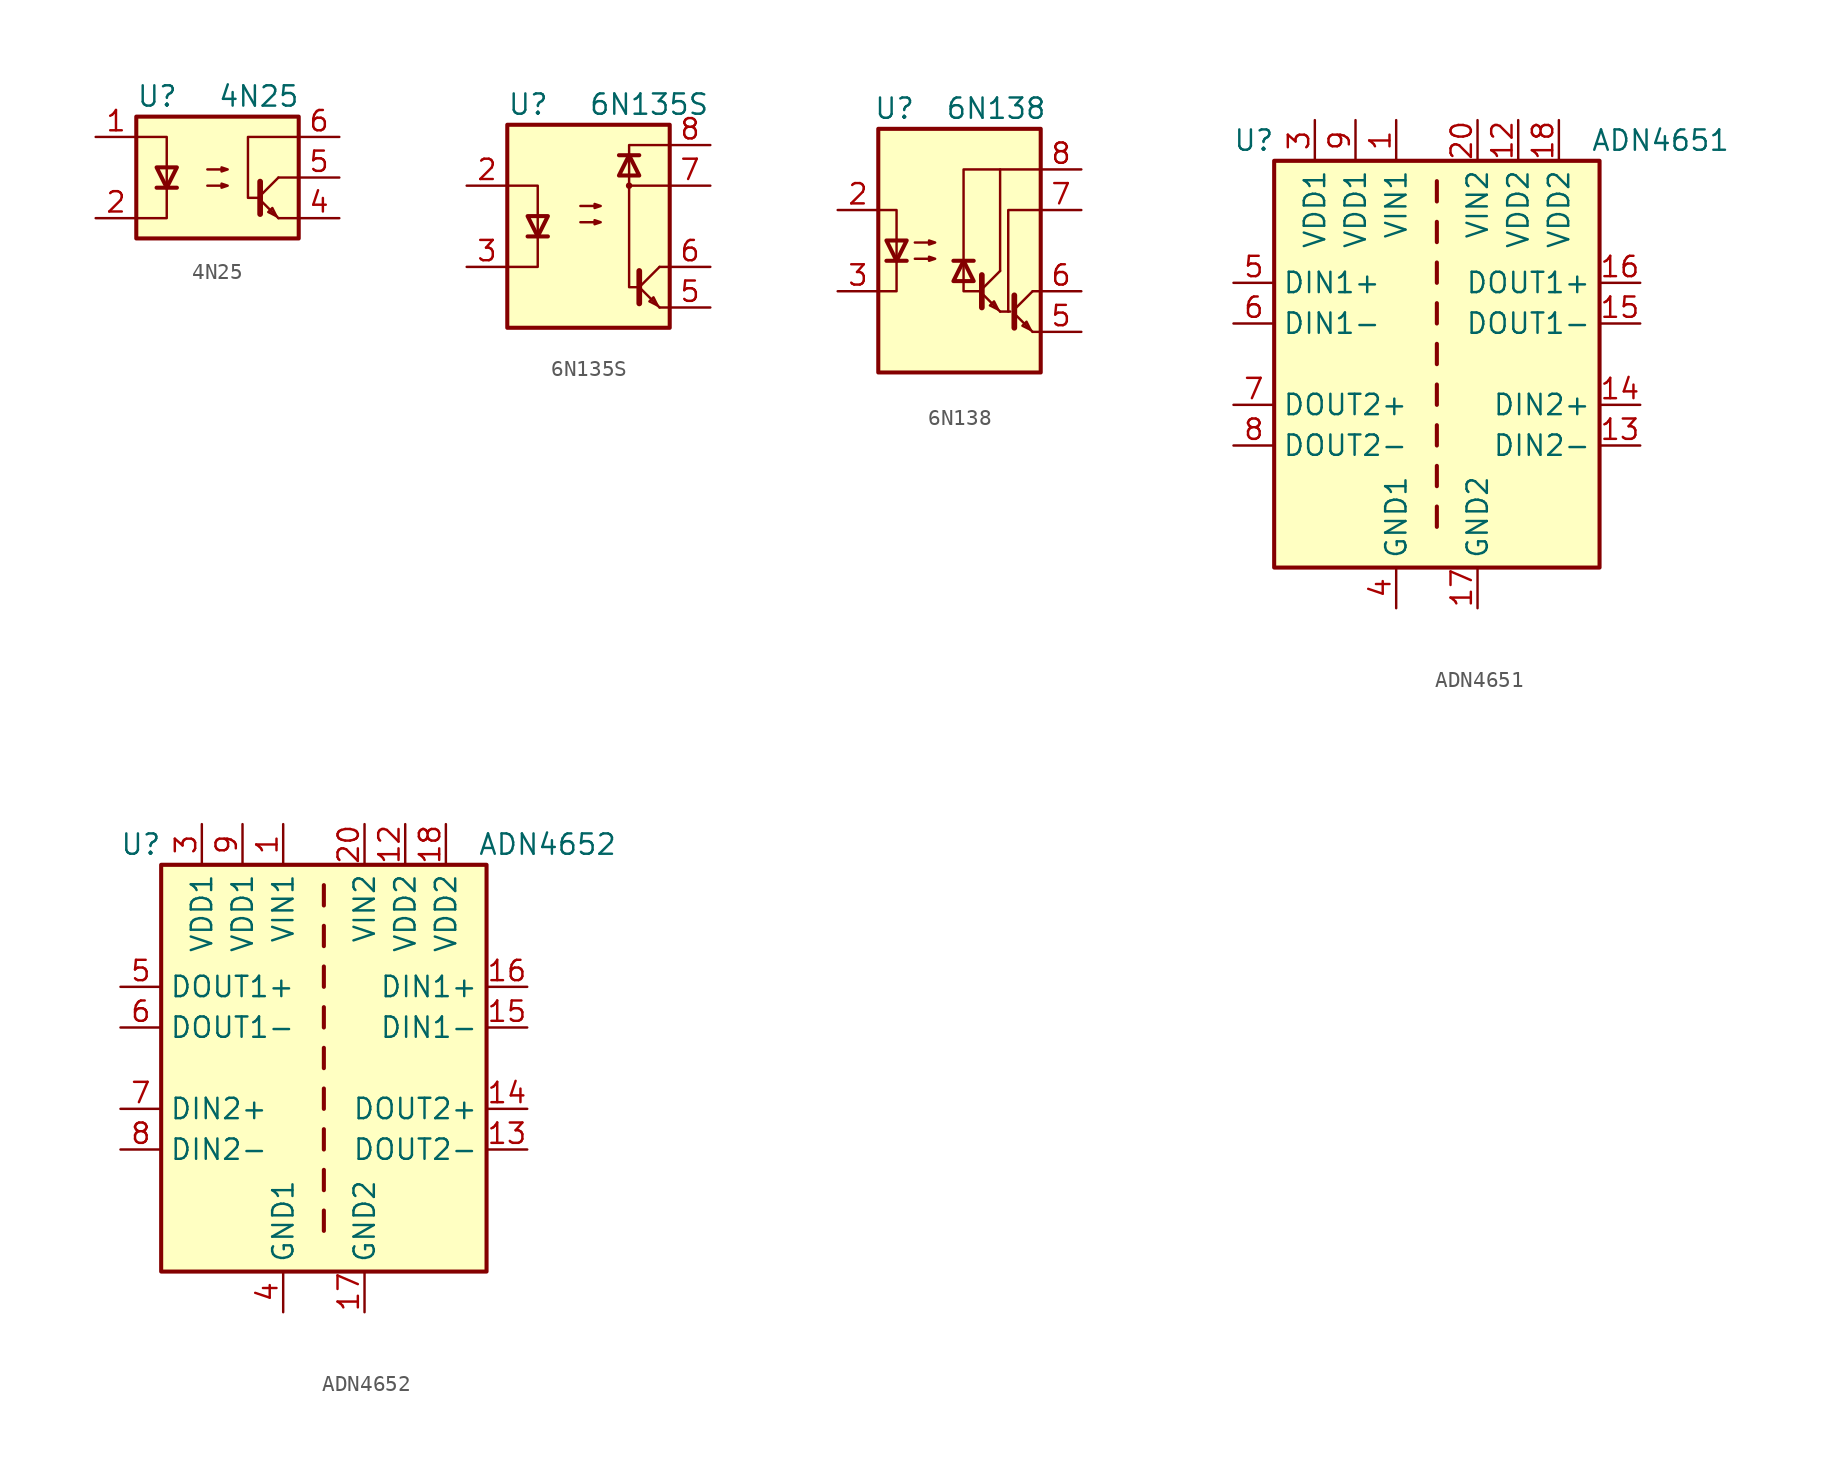
<source format=kicad_sym>
(kicad_symbol_lib
  (version 20200908)
  (generator kicad_symbol_editor)
  (symbol "Isolator:4N25"
    (pin_names
      (offset 1.016))
    (property "Reference" "U"
      (at -5.08 5.08 0)
      (effects (font (size 1.27 1.27)) (justify left)))
    (property "Value" "4N25"
      (at 0 5.08 0)
      (effects (font (size 1.27 1.27)) (justify left)))
    (symbol "4N25_0_1"
      (rectangle (start -5.08 3.81) (end 5.08 -3.81) (stroke (width 0.254)) (fill (type background)))
      (polyline (pts (xy -3.81 -0.635) (xy -2.54 -0.635)) (stroke (width 0.254)) (fill (type none)))
      (polyline (pts (xy 2.667 -1.397) (xy 3.81 -2.54)) (stroke (width 0)) (fill (type none)))
      (polyline (pts (xy 2.667 -1.143) (xy 3.81 0)) (stroke (width 0)) (fill (type none)))
      (polyline (pts (xy 3.81 -2.54) (xy 5.08 -2.54)) (stroke (width 0)) (fill (type none)))
      (polyline (pts (xy 3.81 0) (xy 5.08 0)) (stroke (width 0)) (fill (type none)))
      (polyline (pts (xy 2.667 -0.254) (xy 2.667 -2.286) (xy 2.667 -2.286)) (stroke (width 0.356)) (fill (type none)))
      (polyline (pts (xy -5.08 -2.54) (xy -3.175 -2.54) (xy -3.175 2.54) (xy -5.08 2.54)) (stroke (width 0)) (fill (type none)))
      (polyline (pts (xy -3.175 -0.635) (xy -3.81 0.635) (xy -2.54 0.635) (xy -3.175 -0.635)) (stroke (width 0.254)) (fill (type none)))
      (polyline (pts (xy 3.683 -2.413) (xy 3.429 -1.905) (xy 3.175 -2.159) (xy 3.683 -2.413)) (stroke (width 0)) (fill (type none)))
      (polyline (pts (xy 5.08 2.54) (xy 1.905 2.54) (xy 1.905 -1.27) (xy 2.54 -1.27)) (stroke (width 0)) (fill (type none)))
      (polyline (pts (xy -0.635 -0.508) (xy 0.635 -0.508) (xy 0.254 -0.635) (xy 0.254 -0.381) (xy 0.635 -0.508)) (stroke (width 0)) (fill (type none)))
      (polyline (pts (xy -0.635 0.508) (xy 0.635 0.508) (xy 0.254 0.381) (xy 0.254 0.635) (xy 0.635 0.508)) (stroke (width 0)) (fill (type none))))
    (symbol "4N25_1_1"
      (pin passive line (at -7.62 2.54 0) (length 2.54) (name "~" (effects (font (size 1.27 1.27)))) (number "1" (effects (font (size 1.27 1.27)))))
      (pin passive line (at -7.62 -2.54 0) (length 2.54) (name "~" (effects (font (size 1.27 1.27)))) (number "2" (effects (font (size 1.27 1.27)))))
      (pin unconnected line (at -5.08 0 0) (length 2.54) hide (name "NC" (effects (font (size 1.27 1.27)))) (number "3" (effects (font (size 1.27 1.27)))))
      (pin passive line (at 7.62 -2.54 180) (length 2.54) (name "~" (effects (font (size 1.27 1.27)))) (number "4" (effects (font (size 1.27 1.27)))))
      (pin passive line (at 7.62 0 180) (length 2.54) (name "~" (effects (font (size 1.27 1.27)))) (number "5" (effects (font (size 1.27 1.27)))))
      (pin passive line (at 7.62 2.54 180) (length 2.54) (name "~" (effects (font (size 1.27 1.27)))) (number "6" (effects (font (size 1.27 1.27)))))))
  (symbol "Isolator:6N135S"
    (pin_names
      (offset 1.016))
    (property "Reference" "U"
      (at -5.08 7.62 0)
      (effects (font (size 1.27 1.27)) (justify left)))
    (property "Value" "6N135S"
      (at 0 7.62 0)
      (effects (font (size 1.27 1.27)) (justify left)))
    (symbol "6N135S_0_1"
      (circle (center 2.54 2.54) (radius 0.127) (stroke (width 0)) (fill (type none)))
      (rectangle (start -5.08 6.35) (end 5.08 -6.35) (stroke (width 0.254)) (fill (type background)))
      (polyline (pts (xy -3.81 -0.635) (xy -2.54 -0.635)) (stroke (width 0.254)) (fill (type none)))
      (polyline (pts (xy 1.905 4.445) (xy 3.175 4.445)) (stroke (width 0.254)) (fill (type none)))
      (polyline (pts (xy 3.175 -2.794) (xy 3.175 -4.826)) (stroke (width 0.356)) (fill (type none)))
      (polyline (pts (xy 3.302 -3.937) (xy 4.445 -5.08)) (stroke (width 0)) (fill (type none)))
      (polyline (pts (xy 3.302 -3.683) (xy 4.445 -2.54)) (stroke (width 0)) (fill (type none)))
      (polyline (pts (xy 5.08 -5.08) (xy 4.445 -5.08)) (stroke (width 0)) (fill (type none)))
      (polyline (pts (xy 5.08 -2.54) (xy 4.445 -2.54)) (stroke (width 0)) (fill (type none)))
      (polyline (pts (xy 5.08 2.54) (xy 2.54 2.54)) (stroke (width 0)) (fill (type none)))
      (polyline (pts (xy -5.08 2.54) (xy -3.175 2.54) (xy -3.175 -2.54) (xy -5.08 -2.54)) (stroke (width 0)) (fill (type none)))
      (polyline (pts (xy -3.175 -0.635) (xy -3.81 0.635) (xy -2.54 0.635) (xy -3.175 -0.635)) (stroke (width 0.254)) (fill (type none)))
      (polyline (pts (xy 2.54 4.445) (xy 1.905 3.175) (xy 3.175 3.175) (xy 2.54 4.445)) (stroke (width 0.254)) (fill (type none)))
      (polyline (pts (xy 4.318 -4.953) (xy 4.064 -4.445) (xy 3.81 -4.699) (xy 4.318 -4.953)) (stroke (width 0)) (fill (type none)))
      (polyline (pts (xy 5.08 5.08) (xy 2.54 5.08) (xy 2.54 -3.81) (xy 3.175 -3.81)) (stroke (width 0)) (fill (type none)))
      (polyline (pts (xy -0.508 0.254) (xy 0.762 0.254) (xy 0.381 0.127) (xy 0.381 0.381) (xy 0.762 0.254)) (stroke (width 0)) (fill (type none)))
      (polyline (pts (xy -0.508 1.27) (xy 0.762 1.27) (xy 0.381 1.143) (xy 0.381 1.397) (xy 0.762 1.27)) (stroke (width 0)) (fill (type none))))
    (symbol "6N135S_1_1"
      (pin unconnected line (at -5.08 5.08 0) (length 2.54) hide (name "NC" (effects (font (size 1.27 1.27)))) (number "1" (effects (font (size 1.27 1.27)))))
      (pin passive line (at -7.62 2.54 0) (length 2.54) (name "~" (effects (font (size 1.27 1.27)))) (number "2" (effects (font (size 1.27 1.27)))))
      (pin passive line (at -7.62 -2.54 0) (length 2.54) (name "~" (effects (font (size 1.27 1.27)))) (number "3" (effects (font (size 1.27 1.27)))))
      (pin unconnected line (at -5.08 -5.08 0) (length 2.54) hide (name "NC" (effects (font (size 1.27 1.27)))) (number "4" (effects (font (size 1.27 1.27)))))
      (pin passive line (at 7.62 -5.08 180) (length 2.54) (name "~" (effects (font (size 1.27 1.27)))) (number "5" (effects (font (size 1.27 1.27)))))
      (pin passive line (at 7.62 -2.54 180) (length 2.54) (name "~" (effects (font (size 1.27 1.27)))) (number "6" (effects (font (size 1.27 1.27)))))
      (pin passive line (at 7.62 2.54 180) (length 2.54) (name "~" (effects (font (size 1.27 1.27)))) (number "7" (effects (font (size 1.27 1.27)))))
      (pin passive line (at 7.62 5.08 180) (length 2.54) (name "~" (effects (font (size 1.27 1.27)))) (number "8" (effects (font (size 1.27 1.27)))))))
  (symbol "Isolator:6N138"
    (pin_names
      (offset 1.016) hide)
    (property "Reference" "U"
      (at -4.064 8.89 0)
      (effects (font (size 1.27 1.27))))
    (property "Value" "6N138"
      (at 2.286 8.89 0)
      (effects (font (size 1.27 1.27))))
    (symbol "6N138_0_1"
      (rectangle (start -5.08 7.62) (end 5.08 -7.62) (stroke (width 0.254)) (fill (type background)))
      (polyline (pts (xy -4.572 -0.635) (xy -3.302 -0.635)) (stroke (width 0.254)) (fill (type none)))
      (polyline (pts (xy 0.889 -0.635) (xy -0.381 -0.635)) (stroke (width 0.254)) (fill (type none)))
      (polyline (pts (xy 1.397 -2.667) (xy 2.54 -3.81)) (stroke (width 0)) (fill (type none)))
      (polyline (pts (xy 1.397 -2.413) (xy 2.54 -1.27)) (stroke (width 0)) (fill (type none)))
      (polyline (pts (xy 2.54 -3.81) (xy 3.175 -3.81)) (stroke (width 0)) (fill (type none)))
      (polyline (pts (xy 3.429 -3.937) (xy 4.572 -5.08)) (stroke (width 0)) (fill (type none)))
      (polyline (pts (xy 3.429 -3.683) (xy 4.572 -2.54)) (stroke (width 0)) (fill (type none)))
      (polyline (pts (xy 4.572 -5.08) (xy 5.08 -5.08)) (stroke (width 0)) (fill (type none)))
      (polyline (pts (xy 4.572 -2.54) (xy 5.08 -2.54)) (stroke (width 0)) (fill (type none)))
      (polyline (pts (xy 1.397 -1.524) (xy 1.397 -3.556) (xy 1.397 -3.556)) (stroke (width 0.356)) (fill (type none)))
      (polyline (pts (xy 2.54 -1.27) (xy 2.54 5.08) (xy 5.08 5.08)) (stroke (width 0)) (fill (type none)))
      (polyline (pts (xy 3.429 -2.794) (xy 3.429 -4.826) (xy 3.429 -4.826)) (stroke (width 0.356)) (fill (type none)))
      (polyline (pts (xy 5.08 2.54) (xy 3.048 2.54) (xy 3.048 -3.81)) (stroke (width 0)) (fill (type none)))
      (polyline (pts (xy -5.08 -2.54) (xy -3.937 -2.54) (xy -3.937 2.54) (xy -5.08 2.54)) (stroke (width 0)) (fill (type none)))
      (polyline (pts (xy -3.937 -0.635) (xy -4.572 0.635) (xy -3.302 0.635) (xy -3.937 -0.635)) (stroke (width 0.254)) (fill (type none)))
      (polyline (pts (xy 0.254 -0.635) (xy 0.889 -1.905) (xy -0.381 -1.905) (xy 0.254 -0.635)) (stroke (width 0.254)) (fill (type none)))
      (polyline (pts (xy 1.27 -2.54) (xy 0.254 -2.54) (xy 0.254 5.08) (xy 2.54 5.08)) (stroke (width 0)) (fill (type none)))
      (polyline (pts (xy 2.413 -3.683) (xy 2.159 -3.175) (xy 1.905 -3.429) (xy 2.413 -3.683)) (stroke (width 0)) (fill (type none)))
      (polyline (pts (xy 4.445 -4.953) (xy 4.191 -4.445) (xy 3.937 -4.699) (xy 4.445 -4.953)) (stroke (width 0)) (fill (type none)))
      (polyline (pts (xy -2.794 -0.508) (xy -1.524 -0.508) (xy -1.905 -0.635) (xy -1.905 -0.381) (xy -1.524 -0.508)) (stroke (width 0)) (fill (type none)))
      (polyline (pts (xy -2.794 0.508) (xy -1.524 0.508) (xy -1.905 0.381) (xy -1.905 0.635) (xy -1.524 0.508)) (stroke (width 0)) (fill (type none))))
    (symbol "6N138_1_1"
      (pin unconnected line (at -5.08 5.08 0) (length 2.54) hide (name "NC" (effects (font (size 1.27 1.27)))) (number "1" (effects (font (size 1.27 1.27)))))
      (pin passive line (at -7.62 2.54 0) (length 2.54) (name "C1" (effects (font (size 1.27 1.27)))) (number "2" (effects (font (size 1.27 1.27)))))
      (pin passive line (at -7.62 -2.54 0) (length 2.54) (name "C2" (effects (font (size 1.27 1.27)))) (number "3" (effects (font (size 1.27 1.27)))))
      (pin unconnected line (at -5.08 -5.08 0) (length 2.54) hide (name "NC" (effects (font (size 1.27 1.27)))) (number "4" (effects (font (size 1.27 1.27)))))
      (pin passive line (at 7.62 -5.08 180) (length 2.54) (name "GND" (effects (font (size 1.27 1.27)))) (number "5" (effects (font (size 1.27 1.27)))))
      (pin passive line (at 7.62 -2.54 180) (length 2.54) (name "VO2" (effects (font (size 1.27 1.27)))) (number "6" (effects (font (size 1.27 1.27)))))
      (pin passive line (at 7.62 2.54 180) (length 2.54) (name "VO1" (effects (font (size 1.27 1.27)))) (number "7" (effects (font (size 1.27 1.27)))))
      (pin passive line (at 7.62 5.08 180) (length 2.54) (name "VCC" (effects (font (size 1.27 1.27)))) (number "8" (effects (font (size 1.27 1.27)))))))
  (symbol "Isolator:ADN4651"
    (property "Reference" "U"
      (at -11.43 13.97 0)
      (effects (font (size 1.27 1.27))))
    (property "Value" "ADN4651"
      (at 13.97 13.97 0)
      (effects (font (size 1.27 1.27))))
    (symbol "ADN4651_0_1"
      (rectangle (start -10.16 12.7) (end 10.16 -12.7) (stroke (width 0.254)) (fill (type background)))
      (polyline (pts (xy 0 -8.89) (xy 0 -10.16)) (stroke (width 0.254)) (fill (type none)))
      (polyline (pts (xy 0 -6.35) (xy 0 -7.62)) (stroke (width 0.254)) (fill (type none)))
      (polyline (pts (xy 0 -3.81) (xy 0 -5.08)) (stroke (width 0.254)) (fill (type none)))
      (polyline (pts (xy 0 -1.27) (xy 0 -2.54)) (stroke (width 0.254)) (fill (type none)))
      (polyline (pts (xy 0 1.27) (xy 0 0)) (stroke (width 0.254)) (fill (type none)))
      (polyline (pts (xy 0 3.81) (xy 0 2.54)) (stroke (width 0.254)) (fill (type none)))
      (polyline (pts (xy 0 6.35) (xy 0 5.08)) (stroke (width 0.254)) (fill (type none)))
      (polyline (pts (xy 0 8.89) (xy 0 7.62)) (stroke (width 0.254)) (fill (type none)))
      (polyline (pts (xy 0 11.43) (xy 0 10.16)) (stroke (width 0.254)) (fill (type none))))
    (symbol "ADN4651_0_0"
      (pin power_in line (at 5.08 15.24 270) (length 2.54) (name "VDD2" (effects (font (size 1.27 1.27)))) (number "12" (effects (font (size 1.27 1.27)))))
      (pin power_in line (at -5.08 15.24 270) (length 2.54) (name "VDD1" (effects (font (size 1.27 1.27)))) (number "9" (effects (font (size 1.27 1.27))))))
    (symbol "ADN4651_1_1"
      (pin power_in line (at -2.54 15.24 270) (length 2.54) (name "VIN1" (effects (font (size 1.27 1.27)))) (number "1" (effects (font (size 1.27 1.27)))))
      (pin passive line (at -2.54 -15.24 90) (length 2.54) hide (name "GND1" (effects (font (size 1.27 1.27)))) (number "10" (effects (font (size 1.27 1.27)))))
      (pin passive line (at 2.54 -15.24 90) (length 2.54) hide (name "GND2" (effects (font (size 1.27 1.27)))) (number "11" (effects (font (size 1.27 1.27)))))
      (pin input line (at 12.7 -5.08 180) (length 2.54) (name "DIN2-" (effects (font (size 1.27 1.27)))) (number "13" (effects (font (size 1.27 1.27)))))
      (pin input line (at 12.7 -2.54 180) (length 2.54) (name "DIN2+" (effects (font (size 1.27 1.27)))) (number "14" (effects (font (size 1.27 1.27)))))
      (pin output line (at 12.7 2.54 180) (length 2.54) (name "DOUT1-" (effects (font (size 1.27 1.27)))) (number "15" (effects (font (size 1.27 1.27)))))
      (pin output line (at 12.7 5.08 180) (length 2.54) (name "DOUT1+" (effects (font (size 1.27 1.27)))) (number "16" (effects (font (size 1.27 1.27)))))
      (pin power_in line (at 2.54 -15.24 90) (length 2.54) (name "GND2" (effects (font (size 1.27 1.27)))) (number "17" (effects (font (size 1.27 1.27)))))
      (pin power_in line (at 7.62 15.24 270) (length 2.54) (name "VDD2" (effects (font (size 1.27 1.27)))) (number "18" (effects (font (size 1.27 1.27)))))
      (pin passive line (at 2.54 -15.24 90) (length 2.54) hide (name "GND2" (effects (font (size 1.27 1.27)))) (number "19" (effects (font (size 1.27 1.27)))))
      (pin passive line (at -2.54 -15.24 90) (length 2.54) hide (name "GND1" (effects (font (size 1.27 1.27)))) (number "2" (effects (font (size 1.27 1.27)))))
      (pin power_in line (at 2.54 15.24 270) (length 2.54) (name "VIN2" (effects (font (size 1.27 1.27)))) (number "20" (effects (font (size 1.27 1.27)))))
      (pin power_in line (at -7.62 15.24 270) (length 2.54) (name "VDD1" (effects (font (size 1.27 1.27)))) (number "3" (effects (font (size 1.27 1.27)))))
      (pin power_in line (at -2.54 -15.24 90) (length 2.54) (name "GND1" (effects (font (size 1.27 1.27)))) (number "4" (effects (font (size 1.27 1.27)))))
      (pin input line (at -12.7 5.08 0) (length 2.54) (name "DIN1+" (effects (font (size 1.27 1.27)))) (number "5" (effects (font (size 1.27 1.27)))))
      (pin input line (at -12.7 2.54 0) (length 2.54) (name "DIN1-" (effects (font (size 1.27 1.27)))) (number "6" (effects (font (size 1.27 1.27)))))
      (pin output line (at -12.7 -2.54 0) (length 2.54) (name "DOUT2+" (effects (font (size 1.27 1.27)))) (number "7" (effects (font (size 1.27 1.27)))))
      (pin output line (at -12.7 -5.08 0) (length 2.54) (name "DOUT2-" (effects (font (size 1.27 1.27)))) (number "8" (effects (font (size 1.27 1.27)))))))
  (symbol "Isolator:ADN4652"
    (property "Reference" "U"
      (at -11.43 13.97 0)
      (effects (font (size 1.27 1.27))))
    (property "Value" "ADN4652"
      (at 13.97 13.97 0)
      (effects (font (size 1.27 1.27))))
    (symbol "ADN4652_0_1"
      (rectangle (start -10.16 12.7) (end 10.16 -12.7) (stroke (width 0.254)) (fill (type background)))
      (polyline (pts (xy 0 -8.89) (xy 0 -10.16)) (stroke (width 0.254)) (fill (type none)))
      (polyline (pts (xy 0 -6.35) (xy 0 -7.62)) (stroke (width 0.254)) (fill (type none)))
      (polyline (pts (xy 0 -3.81) (xy 0 -5.08)) (stroke (width 0.254)) (fill (type none)))
      (polyline (pts (xy 0 -1.27) (xy 0 -2.54)) (stroke (width 0.254)) (fill (type none)))
      (polyline (pts (xy 0 1.27) (xy 0 0)) (stroke (width 0.254)) (fill (type none)))
      (polyline (pts (xy 0 3.81) (xy 0 2.54)) (stroke (width 0.254)) (fill (type none)))
      (polyline (pts (xy 0 6.35) (xy 0 5.08)) (stroke (width 0.254)) (fill (type none)))
      (polyline (pts (xy 0 8.89) (xy 0 7.62)) (stroke (width 0.254)) (fill (type none)))
      (polyline (pts (xy 0 11.43) (xy 0 10.16)) (stroke (width 0.254)) (fill (type none))))
    (symbol "ADN4652_0_0"
      (pin power_in line (at 5.08 15.24 270) (length 2.54) (name "VDD2" (effects (font (size 1.27 1.27)))) (number "12" (effects (font (size 1.27 1.27)))))
      (pin power_in line (at -5.08 15.24 270) (length 2.54) (name "VDD1" (effects (font (size 1.27 1.27)))) (number "9" (effects (font (size 1.27 1.27))))))
    (symbol "ADN4652_1_1"
      (pin power_in line (at -2.54 15.24 270) (length 2.54) (name "VIN1" (effects (font (size 1.27 1.27)))) (number "1" (effects (font (size 1.27 1.27)))))
      (pin passive line (at -2.54 -15.24 90) (length 2.54) hide (name "GND1" (effects (font (size 1.27 1.27)))) (number "10" (effects (font (size 1.27 1.27)))))
      (pin passive line (at 2.54 -15.24 90) (length 2.54) hide (name "GND2" (effects (font (size 1.27 1.27)))) (number "11" (effects (font (size 1.27 1.27)))))
      (pin output line (at 12.7 -5.08 180) (length 2.54) (name "DOUT2-" (effects (font (size 1.27 1.27)))) (number "13" (effects (font (size 1.27 1.27)))))
      (pin output line (at 12.7 -2.54 180) (length 2.54) (name "DOUT2+" (effects (font (size 1.27 1.27)))) (number "14" (effects (font (size 1.27 1.27)))))
      (pin input line (at 12.7 2.54 180) (length 2.54) (name "DIN1-" (effects (font (size 1.27 1.27)))) (number "15" (effects (font (size 1.27 1.27)))))
      (pin input line (at 12.7 5.08 180) (length 2.54) (name "DIN1+" (effects (font (size 1.27 1.27)))) (number "16" (effects (font (size 1.27 1.27)))))
      (pin power_in line (at 2.54 -15.24 90) (length 2.54) (name "GND2" (effects (font (size 1.27 1.27)))) (number "17" (effects (font (size 1.27 1.27)))))
      (pin power_in line (at 7.62 15.24 270) (length 2.54) (name "VDD2" (effects (font (size 1.27 1.27)))) (number "18" (effects (font (size 1.27 1.27)))))
      (pin passive line (at 2.54 -15.24 90) (length 2.54) hide (name "GND2" (effects (font (size 1.27 1.27)))) (number "19" (effects (font (size 1.27 1.27)))))
      (pin passive line (at -2.54 -15.24 90) (length 2.54) hide (name "GND1" (effects (font (size 1.27 1.27)))) (number "2" (effects (font (size 1.27 1.27)))))
      (pin power_in line (at 2.54 15.24 270) (length 2.54) (name "VIN2" (effects (font (size 1.27 1.27)))) (number "20" (effects (font (size 1.27 1.27)))))
      (pin power_in line (at -7.62 15.24 270) (length 2.54) (name "VDD1" (effects (font (size 1.27 1.27)))) (number "3" (effects (font (size 1.27 1.27)))))
      (pin power_in line (at -2.54 -15.24 90) (length 2.54) (name "GND1" (effects (font (size 1.27 1.27)))) (number "4" (effects (font (size 1.27 1.27)))))
      (pin output line (at -12.7 5.08 0) (length 2.54) (name "DOUT1+" (effects (font (size 1.27 1.27)))) (number "5" (effects (font (size 1.27 1.27)))))
      (pin output line (at -12.7 2.54 0) (length 2.54) (name "DOUT1-" (effects (font (size 1.27 1.27)))) (number "6" (effects (font (size 1.27 1.27)))))
      (pin input line (at -12.7 -2.54 0) (length 2.54) (name "DIN2+" (effects (font (size 1.27 1.27)))) (number "7" (effects (font (size 1.27 1.27)))))
      (pin input line (at -12.7 -5.08 0) (length 2.54) (name "DIN2-" (effects (font (size 1.27 1.27)))) (number "8" (effects (font (size 1.27 1.27))))))))
</source>
